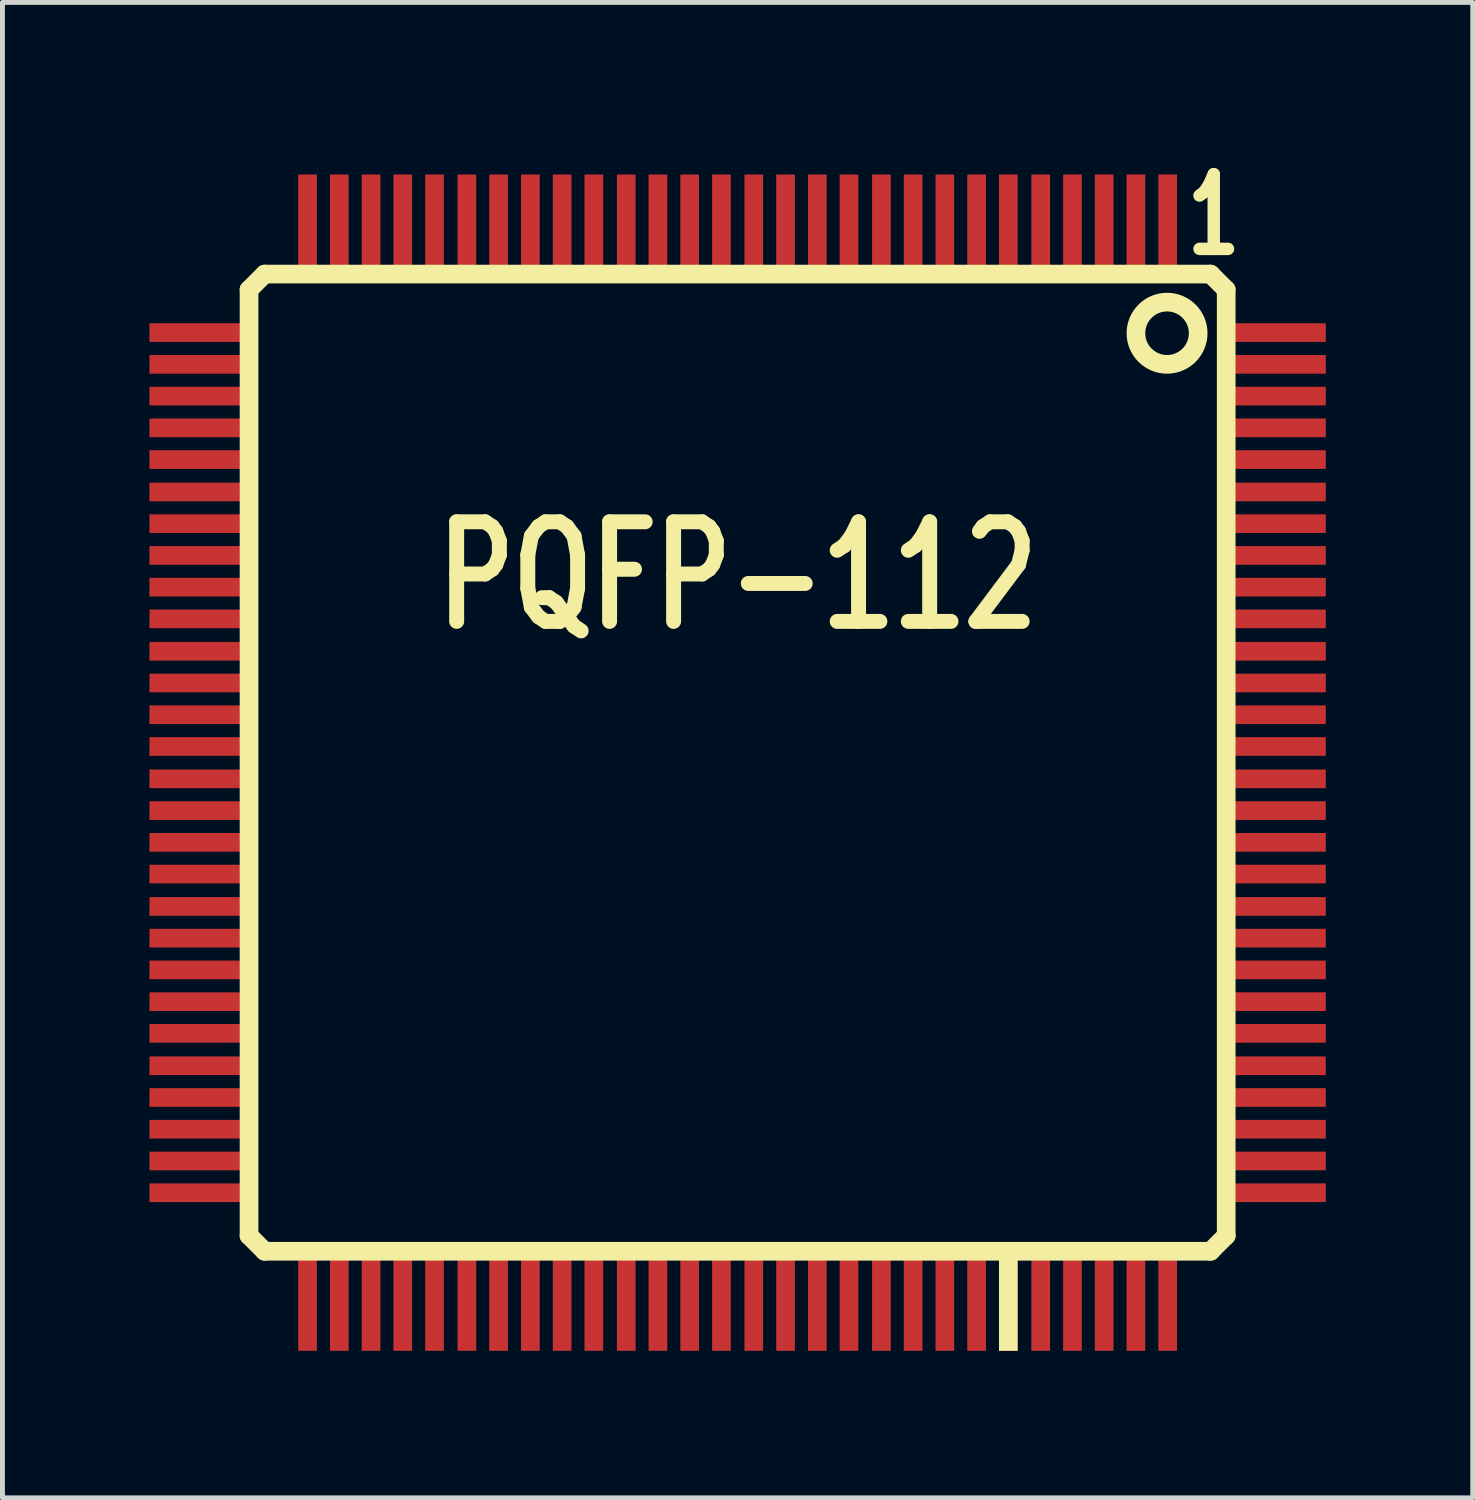
<source format=kicad_pcb>
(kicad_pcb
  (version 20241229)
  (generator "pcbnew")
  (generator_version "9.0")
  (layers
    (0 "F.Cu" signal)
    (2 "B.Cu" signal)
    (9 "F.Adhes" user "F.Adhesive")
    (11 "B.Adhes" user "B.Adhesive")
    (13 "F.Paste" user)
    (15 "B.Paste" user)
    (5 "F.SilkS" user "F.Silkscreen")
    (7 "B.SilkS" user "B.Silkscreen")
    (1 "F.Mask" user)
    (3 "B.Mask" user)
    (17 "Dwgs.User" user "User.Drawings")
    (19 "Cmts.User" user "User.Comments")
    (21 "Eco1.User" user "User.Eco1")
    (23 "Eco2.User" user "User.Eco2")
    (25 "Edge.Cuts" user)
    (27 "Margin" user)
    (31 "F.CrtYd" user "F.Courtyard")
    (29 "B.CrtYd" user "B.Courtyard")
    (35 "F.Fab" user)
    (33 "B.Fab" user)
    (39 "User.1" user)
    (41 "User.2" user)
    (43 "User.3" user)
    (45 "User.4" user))
  (footprint "PQFP-112"
    (layer "F.Cu")
    (at 12.002 12.513)
    (property "Reference" "PQFP-112" (at 0 -3.807 0) (layer "F.SilkS") (effects (font (size 2.032 1.524) (thickness 0.305))))
    (attr through_hole)
    (fp_line (start -9.97 -9.652) (end -9.97 9.652) (stroke (width 0.381) (type solid)) (layer "F.SilkS"))
    (fp_line (start -9.97 -9.652) (end -9.652 -9.97) (stroke (width 0.381) (type solid)) (layer "F.SilkS"))
    (fp_line (start -9.97 9.652) (end -9.652 9.97) (stroke (width 0.381) (type solid)) (layer "F.SilkS"))
    (fp_line (start -9.652 -9.97) (end 9.652 -9.97) (stroke (width 0.381) (type solid)) (layer "F.SilkS"))
    (fp_line (start 9.652 9.97) (end -9.652 9.97) (stroke (width 0.381) (type solid)) (layer "F.SilkS"))
    (fp_line (start 9.97 -9.652) (end 9.652 -9.97) (stroke (width 0.381) (type solid)) (layer "F.SilkS"))
    (fp_line (start 9.97 9.652) (end 9.652 9.97) (stroke (width 0.381) (type solid)) (layer "F.SilkS"))
    (fp_line (start 9.97 9.652) (end 9.97 -9.652) (stroke (width 0.381) (type solid)) (layer "F.SilkS"))
    (fp_circle (center 8.763 -8.763) (end 8.763 -8.128) (stroke (width 0.381) (type solid)) (fill no) (layer "F.SilkS"))
    (fp_text user "1" (at 9.716 -11.176 0) (layer "F.SilkS") (effects (font (size 1.524 1.016) (thickness 0.254))))
    (pad "1" smd rect (at 8.776 -10.986 90) (size 2.032 0.381) (layers "F.Cu" "F.Mask" "F.Paste"))
    (pad "2" smd rect (at 8.128 -10.986 90) (size 2.032 0.381) (layers "F.Cu" "F.Mask" "F.Paste"))
    (pad "3" smd rect (at 7.48 -10.986 90) (size 2.032 0.381) (layers "F.Cu" "F.Mask" "F.Paste"))
    (pad "4" smd rect (at 6.833 -10.986 90) (size 2.032 0.381) (layers "F.Cu" "F.Mask" "F.Paste"))
    (pad "5" smd rect (at 6.185 -10.986 90) (size 2.032 0.381) (layers "F.Cu" "F.Mask" "F.Paste"))
    (pad "6" smd rect (at 5.524 -10.986 90) (size 2.032 0.381) (layers "F.Cu" "F.Mask" "F.Paste"))
    (pad "7" smd rect (at 4.877 -10.986 90) (size 2.032 0.381) (layers "F.Cu" "F.Mask" "F.Paste"))
    (pad "8" smd rect (at 4.229 -10.986 90) (size 2.032 0.381) (layers "F.Cu" "F.Mask" "F.Paste"))
    (pad "9" smd rect (at 3.581 -10.986 90) (size 2.032 0.381) (layers "F.Cu" "F.Mask" "F.Paste"))
    (pad "10" smd rect (at 2.934 -10.986 90) (size 2.032 0.381) (layers "F.Cu" "F.Mask" "F.Paste"))
    (pad "11" smd rect (at 2.273 -10.986 90) (size 2.032 0.381) (layers "F.Cu" "F.Mask" "F.Paste"))
    (pad "12" smd rect (at 1.626 -10.986 90) (size 2.032 0.381) (layers "F.Cu" "F.Mask" "F.Paste"))
    (pad "13" smd rect (at 0.978 -10.986 90) (size 2.032 0.381) (layers "F.Cu" "F.Mask" "F.Paste"))
    (pad "14" smd rect (at 0.33 -10.986 90) (size 2.032 0.381) (layers "F.Cu" "F.Mask" "F.Paste"))
    (pad "15" smd rect (at -0.33 -10.986 90) (size 2.032 0.381) (layers "F.Cu" "F.Mask" "F.Paste"))
    (pad "16" smd rect (at -0.978 -10.986 90) (size 2.032 0.381) (layers "F.Cu" "F.Mask" "F.Paste"))
    (pad "17" smd rect (at -1.626 -10.986 90) (size 2.032 0.381) (layers "F.Cu" "F.Mask" "F.Paste"))
    (pad "18" smd rect (at -2.273 -10.986 90) (size 2.032 0.381) (layers "F.Cu" "F.Mask" "F.Paste"))
    (pad "19" smd rect (at -2.934 -10.986 90) (size 2.032 0.381) (layers "F.Cu" "F.Mask" "F.Paste"))
    (pad "20" smd rect (at -3.581 -10.986 90) (size 2.032 0.381) (layers "F.Cu" "F.Mask" "F.Paste"))
    (pad "21" smd rect (at -4.229 -10.986 90) (size 2.032 0.381) (layers "F.Cu" "F.Mask" "F.Paste"))
    (pad "22" smd rect (at -4.877 -10.986 90) (size 2.032 0.381) (layers "F.Cu" "F.Mask" "F.Paste"))
    (pad "23" smd rect (at -5.524 -10.986 90) (size 2.032 0.381) (layers "F.Cu" "F.Mask" "F.Paste"))
    (pad "24" smd rect (at -6.185 -10.986 90) (size 2.032 0.381) (layers "F.Cu" "F.Mask" "F.Paste"))
    (pad "25" smd rect (at -6.833 -10.986 90) (size 2.032 0.381) (layers "F.Cu" "F.Mask" "F.Paste"))
    (pad "26" smd rect (at -7.48 -10.986 90) (size 2.032 0.381) (layers "F.Cu" "F.Mask" "F.Paste"))
    (pad "27" smd rect (at -8.128 -10.986 90) (size 2.032 0.381) (layers "F.Cu" "F.Mask" "F.Paste"))
    (pad "28" smd rect (at -8.776 -10.986 90) (size 2.032 0.381) (layers "F.Cu" "F.Mask" "F.Paste"))
    (pad "29" smd rect (at -10.986 -8.776) (size 2.032 0.381) (layers "F.Cu" "F.Mask" "F.Paste"))
    (pad "30" smd rect (at -10.986 -8.128) (size 2.032 0.381) (layers "F.Cu" "F.Mask" "F.Paste"))
    (pad "31" smd rect (at -10.986 -7.48) (size 2.032 0.381) (layers "F.Cu" "F.Mask" "F.Paste"))
    (pad "32" smd rect (at -10.986 -6.833) (size 2.032 0.381) (layers "F.Cu" "F.Mask" "F.Paste"))
    (pad "33" smd rect (at -10.986 -6.185) (size 2.032 0.381) (layers "F.Cu" "F.Mask" "F.Paste"))
    (pad "34" smd rect (at -10.986 -5.524) (size 2.032 0.381) (layers "F.Cu" "F.Mask" "F.Paste"))
    (pad "35" smd rect (at -10.986 -4.877) (size 2.032 0.381) (layers "F.Cu" "F.Mask" "F.Paste"))
    (pad "36" smd rect (at -10.986 -4.229) (size 2.032 0.381) (layers "F.Cu" "F.Mask" "F.Paste"))
    (pad "37" smd rect (at -10.986 -3.581) (size 2.032 0.381) (layers "F.Cu" "F.Mask" "F.Paste"))
    (pad "38" smd rect (at -10.986 -2.934) (size 2.032 0.381) (layers "F.Cu" "F.Mask" "F.Paste"))
    (pad "39" smd rect (at -10.986 -2.273) (size 2.032 0.381) (layers "F.Cu" "F.Mask" "F.Paste"))
    (pad "40" smd rect (at -10.986 -1.626) (size 2.032 0.381) (layers "F.Cu" "F.Mask" "F.Paste"))
    (pad "41" smd rect (at -10.986 -0.978) (size 2.032 0.381) (layers "F.Cu" "F.Mask" "F.Paste"))
    (pad "42" smd rect (at -10.986 -0.33) (size 2.032 0.381) (layers "F.Cu" "F.Mask" "F.Paste"))
    (pad "43" smd rect (at -10.986 0.33) (size 2.032 0.381) (layers "F.Cu" "F.Mask" "F.Paste"))
    (pad "44" smd rect (at -10.986 0.978) (size 2.032 0.381) (layers "F.Cu" "F.Mask" "F.Paste"))
    (pad "45" smd rect (at -10.986 1.626) (size 2.032 0.381) (layers "F.Cu" "F.Mask" "F.Paste"))
    (pad "46" smd rect (at -10.986 2.273) (size 2.032 0.381) (layers "F.Cu" "F.Mask" "F.Paste"))
    (pad "47" smd rect (at -10.986 2.934) (size 2.032 0.381) (layers "F.Cu" "F.Mask" "F.Paste"))
    (pad "48" smd rect (at -10.986 3.581) (size 2.032 0.381) (layers "F.Cu" "F.Mask" "F.Paste"))
    (pad "49" smd rect (at -10.986 4.229) (size 2.032 0.381) (layers "F.Cu" "F.Mask" "F.Paste"))
    (pad "50" smd rect (at -10.986 4.877) (size 2.032 0.381) (layers "F.Cu" "F.Mask" "F.Paste"))
    (pad "51" smd rect (at -10.986 5.524) (size 2.032 0.381) (layers "F.Cu" "F.Mask" "F.Paste"))
    (pad "52" smd rect (at -10.986 6.185) (size 2.032 0.381) (layers "F.Cu" "F.Mask" "F.Paste"))
    (pad "53" smd rect (at -10.986 6.833) (size 2.032 0.381) (layers "F.Cu" "F.Mask" "F.Paste"))
    (pad "54" smd rect (at -10.986 7.48) (size 2.032 0.381) (layers "F.Cu" "F.Mask" "F.Paste"))
    (pad "55" smd rect (at -10.986 8.128) (size 2.032 0.381) (layers "F.Cu" "F.Mask" "F.Paste"))
    (pad "56" smd rect (at -10.986 8.776) (size 2.032 0.381) (layers "F.Cu" "F.Mask" "F.Paste"))
    (pad "57" smd rect (at -8.776 10.986 90) (size 2.032 0.381) (layers "F.Cu" "F.Mask" "F.Paste"))
    (pad "58" smd rect (at -8.128 10.986 90) (size 2.032 0.381) (layers "F.Cu" "F.Mask" "F.Paste"))
    (pad "59" smd rect (at -7.48 10.986 90) (size 2.032 0.381) (layers "F.Cu" "F.Mask" "F.Paste"))
    (pad "60" smd rect (at -6.833 10.986 90) (size 2.032 0.381) (layers "F.Cu" "F.Mask" "F.Paste"))
    (pad "61" smd rect (at -6.185 10.986 90) (size 2.032 0.381) (layers "F.Cu" "F.Mask" "F.Paste"))
    (pad "62" smd rect (at -5.524 10.986 90) (size 2.032 0.381) (layers "F.Cu" "F.Mask" "F.Paste"))
    (pad "63" smd rect (at -4.877 10.986 90) (size 2.032 0.381) (layers "F.Cu" "F.Mask" "F.Paste"))
    (pad "64" smd rect (at -4.229 10.986 90) (size 2.032 0.381) (layers "F.Cu" "F.Mask" "F.Paste"))
    (pad "65" smd rect (at -3.581 10.986 90) (size 2.032 0.381) (layers "F.Cu" "F.Mask" "F.Paste"))
    (pad "66" smd rect (at -2.934 10.986 90) (size 2.032 0.381) (layers "F.Cu" "F.Mask" "F.Paste"))
    (pad "67" smd rect (at -2.273 10.986 90) (size 2.032 0.381) (layers "F.Cu" "F.Mask" "F.Paste"))
    (pad "68" smd rect (at -1.626 10.986 90) (size 2.032 0.381) (layers "F.Cu" "F.Mask" "F.Paste"))
    (pad "69" smd rect (at -0.978 10.986 90) (size 2.032 0.381) (layers "F.Cu" "F.Mask" "F.Paste"))
    (pad "70" smd rect (at -0.33 10.986 90) (size 2.032 0.381) (layers "F.Cu" "F.Mask" "F.Paste"))
    (pad "71" smd rect (at 0.33 10.986 90) (size 2.032 0.381) (layers "F.Cu" "F.Mask" "F.Paste"))
    (pad "72" smd rect (at 0.978 10.986 90) (size 2.032 0.381) (layers "F.Cu" "F.Mask" "F.Paste"))
    (pad "73" smd rect (at 1.626 10.986 90) (size 2.032 0.381) (layers "F.Cu" "F.Mask" "F.Paste"))
    (pad "74" smd rect (at 2.273 10.986 90) (size 2.032 0.381) (layers "F.Cu" "F.Mask" "F.Paste"))
    (pad "75" smd rect (at 2.934 10.986 90) (size 2.032 0.381) (layers "F.Cu" "F.Mask" "F.Paste"))
    (pad "76" smd rect (at 3.581 10.986 90) (size 2.032 0.381) (layers "F.Cu" "F.Mask" "F.Paste"))
    (pad "77" smd rect (at 4.229 10.986 90) (size 2.032 0.381) (layers "F.Cu" "F.Mask" "F.Paste"))
    (pad "78" smd rect (at 4.877 10.986 90) (size 2.032 0.381) (layers "F.Cu" "F.Mask" "F.Paste"))
    (pad "79" smd rect (at 5.524 10.986 90) (size 2.032 0.381) (layers "F.Cu" "F.Mask" "F.SilkS" "F.Paste"))
    (pad "80" smd rect (at 6.185 10.986 90) (size 2.032 0.381) (layers "F.Cu" "F.Mask" "F.Paste"))
    (pad "81" smd rect (at 6.833 10.986 90) (size 2.032 0.381) (layers "F.Cu" "F.Mask" "F.Paste"))
    (pad "82" smd rect (at 7.48 10.986 90) (size 2.032 0.381) (layers "F.Cu" "F.Mask" "F.Paste"))
    (pad "83" smd rect (at 8.128 10.986 90) (size 2.032 0.381) (layers "F.Cu" "F.Mask" "F.Paste"))
    (pad "84" smd rect (at 8.776 10.986 90) (size 2.032 0.381) (layers "F.Cu" "F.Mask" "F.Paste"))
    (pad "85" smd rect (at 10.986 8.776) (size 2.032 0.381) (layers "F.Cu" "F.Mask" "F.Paste"))
    (pad "86" smd rect (at 10.986 8.128) (size 2.032 0.381) (layers "F.Cu" "F.Mask" "F.Paste"))
    (pad "87" smd rect (at 10.986 7.48) (size 2.032 0.381) (layers "F.Cu" "F.Mask" "F.Paste"))
    (pad "88" smd rect (at 10.986 6.833) (size 2.032 0.381) (layers "F.Cu" "F.Mask" "F.Paste"))
    (pad "89" smd rect (at 10.986 6.185) (size 2.032 0.381) (layers "F.Cu" "F.Mask" "F.Paste"))
    (pad "90" smd rect (at 10.986 5.524) (size 2.032 0.381) (layers "F.Cu" "F.Mask" "F.Paste"))
    (pad "91" smd rect (at 10.986 4.877) (size 2.032 0.381) (layers "F.Cu" "F.Mask" "F.Paste"))
    (pad "92" smd rect (at 10.986 4.229) (size 2.032 0.381) (layers "F.Cu" "F.Mask" "F.Paste"))
    (pad "93" smd rect (at 10.986 3.581) (size 2.032 0.381) (layers "F.Cu" "F.Mask" "F.Paste"))
    (pad "94" smd rect (at 10.986 2.934) (size 2.032 0.381) (layers "F.Cu" "F.Mask" "F.Paste"))
    (pad "95" smd rect (at 10.986 2.273) (size 2.032 0.381) (layers "F.Cu" "F.Mask" "F.Paste"))
    (pad "96" smd rect (at 10.986 1.626) (size 2.032 0.381) (layers "F.Cu" "F.Mask" "F.Paste"))
    (pad "97" smd rect (at 10.986 0.978) (size 2.032 0.381) (layers "F.Cu" "F.Mask" "F.Paste"))
    (pad "98" smd rect (at 10.986 0.33) (size 2.032 0.381) (layers "F.Cu" "F.Mask" "F.Paste"))
    (pad "99" smd rect (at 10.986 -0.33) (size 2.032 0.381) (layers "F.Cu" "F.Mask" "F.Paste"))
    (pad "100" smd rect (at 10.986 -0.978) (size 2.032 0.381) (layers "F.Cu" "F.Mask" "F.Paste"))
    (pad "101" smd rect (at 10.986 -1.626) (size 2.032 0.381) (layers "F.Cu" "F.Mask" "F.Paste"))
    (pad "102" smd rect (at 10.986 -2.273) (size 2.032 0.381) (layers "F.Cu" "F.Mask" "F.Paste"))
    (pad "103" smd rect (at 10.986 -2.934) (size 2.032 0.381) (layers "F.Cu" "F.Mask" "F.Paste"))
    (pad "104" smd rect (at 10.986 -3.581) (size 2.032 0.381) (layers "F.Cu" "F.Mask" "F.Paste"))
    (pad "105" smd rect (at 10.986 -4.229) (size 2.032 0.381) (layers "F.Cu" "F.Mask" "F.Paste"))
    (pad "106" smd rect (at 10.986 -4.877) (size 2.032 0.381) (layers "F.Cu" "F.Mask" "F.Paste"))
    (pad "107" smd rect (at 10.986 -5.524) (size 2.032 0.381) (layers "F.Cu" "F.Mask" "F.Paste"))
    (pad "108" smd rect (at 10.986 -6.185) (size 2.032 0.381) (layers "F.Cu" "F.Mask" "F.Paste"))
    (pad "109" smd rect (at 10.986 -6.833) (size 2.032 0.381) (layers "F.Cu" "F.Mask" "F.Paste"))
    (pad "110" smd rect (at 10.986 -7.48) (size 2.032 0.381) (layers "F.Cu" "F.Mask" "F.Paste"))
    (pad "111" smd rect (at 10.986 -8.128) (size 2.032 0.381) (layers "F.Cu" "F.Mask" "F.Paste"))
    (pad "112" smd rect (at 10.986 -8.776) (size 2.032 0.381) (layers "F.Cu" "F.Mask" "F.Paste")))
  (gr_rect
    (start -3 -3)
    (end 27.003 27.515)
    (stroke (width 0.1) (type default))
    (fill no)
    (layer "Edge.Cuts")))
</source>
